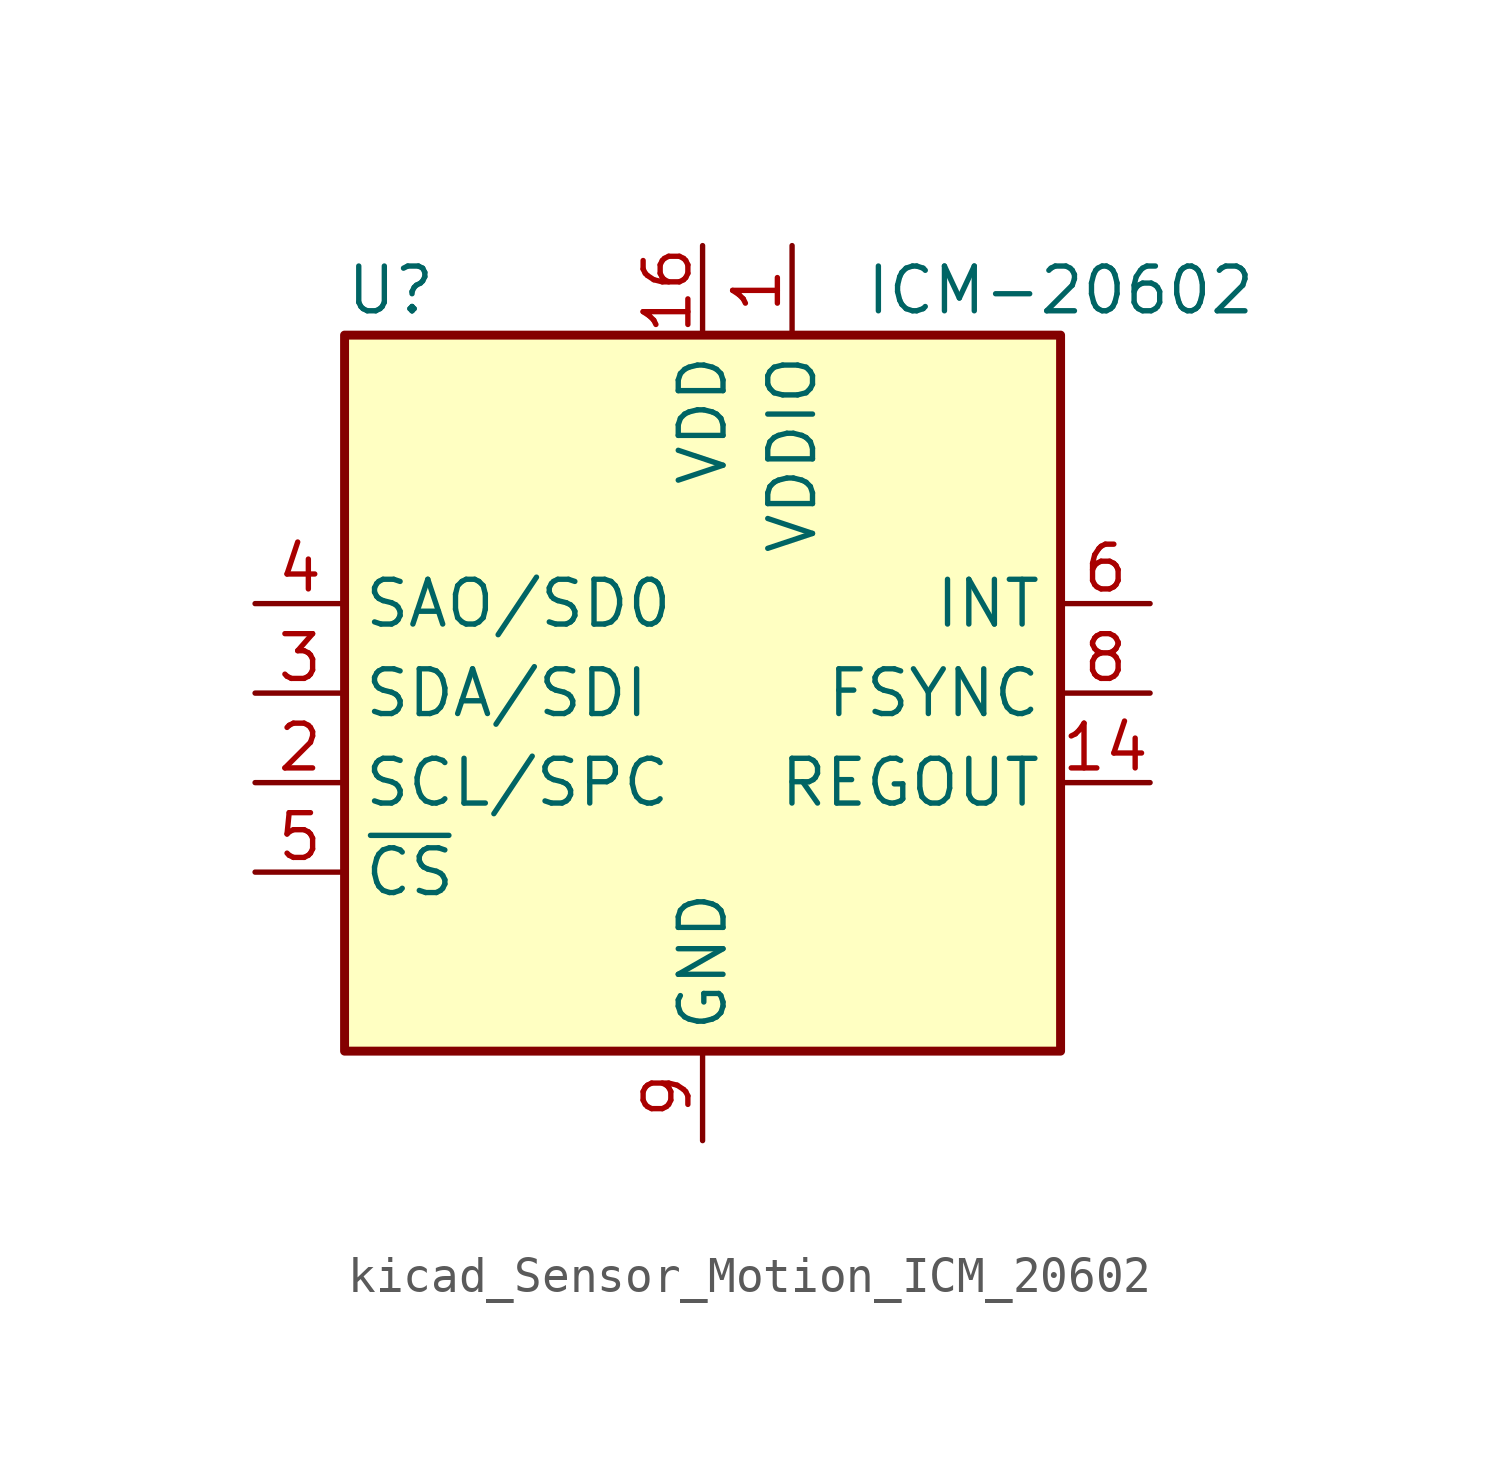
<source format=kicad_sym>
(kicad_symbol_lib
  (version 20220914)
  (generator kicad_symbol_editor)
  (symbol "kicad_Sensor_Motion_ICM_20602"
    (property "Reference" "U"
      (at -10.16 11.43 0)
      (effects (font (size 1.27 1.27)) (justify left)))
    (property "Value" "ICM-20602"
      (at 10.16 11.43 0)
      (effects (font (size 1.27 1.27))))
    (symbol "kicad_Sensor_Motion_ICM_20602_0_1"
      (rectangle (start -10.16 10.16) (end 10.16 -10.16) (stroke (width 0.254) (type default)) (fill (type background))))
    (symbol "kicad_Sensor_Motion_ICM_20602_1_1"
      (pin power_in line (at 2.54 12.7 270) (length 2.54) (name "VDDIO" (effects (font (size 1.27 1.27)))) (number "1" (effects (font (size 1.27 1.27)))))
      (pin passive line (at 0 -12.7 90) (length 2.54) hide (name "GND" (effects (font (size 1.27 1.27)))) (number "10" (effects (font (size 1.27 1.27)))))
      (pin passive line (at 0 -12.7 90) (length 2.54) hide (name "GND" (effects (font (size 1.27 1.27)))) (number "11" (effects (font (size 1.27 1.27)))))
      (pin passive line (at 0 -12.7 90) (length 2.54) hide (name "GND" (effects (font (size 1.27 1.27)))) (number "12" (effects (font (size 1.27 1.27)))))
      (pin passive line (at 0 -12.7 90) (length 2.54) hide (name "GND" (effects (font (size 1.27 1.27)))) (number "13" (effects (font (size 1.27 1.27)))))
      (pin passive line (at 12.7 -2.54 180) (length 2.54) (name "REGOUT" (effects (font (size 1.27 1.27)))) (number "14" (effects (font (size 1.27 1.27)))))
      (pin passive line (at 0 -12.7 90) (length 2.54) hide (name "GND" (effects (font (size 1.27 1.27)))) (number "15" (effects (font (size 1.27 1.27)))))
      (pin power_in line (at 0 12.7 270) (length 2.54) (name "VDD" (effects (font (size 1.27 1.27)))) (number "16" (effects (font (size 1.27 1.27)))))
      (pin input line (at -12.7 -2.54 0) (length 2.54) (name "SCL/SPC" (effects (font (size 1.27 1.27)))) (number "2" (effects (font (size 1.27 1.27)))))
      (pin bidirectional line (at -12.7 0 0) (length 2.54) (name "SDA/SDI" (effects (font (size 1.27 1.27)))) (number "3" (effects (font (size 1.27 1.27)))))
      (pin bidirectional line (at -12.7 2.54 0) (length 2.54) (name "SAO/SD0" (effects (font (size 1.27 1.27)))) (number "4" (effects (font (size 1.27 1.27)))))
      (pin input line (at -12.7 -5.08 0) (length 2.54) (name "~{CS}" (effects (font (size 1.27 1.27)))) (number "5" (effects (font (size 1.27 1.27)))))
      (pin output line (at 12.7 2.54 180) (length 2.54) (name "INT" (effects (font (size 1.27 1.27)))) (number "6" (effects (font (size 1.27 1.27)))))
      (pin no_connect line (at -10.16 5.08 0) (length 2.54) hide (name "RESV" (effects (font (size 1.27 1.27)))) (number "7" (effects (font (size 1.27 1.27)))))
      (pin input line (at 12.7 0 180) (length 2.54) (name "FSYNC" (effects (font (size 1.27 1.27)))) (number "8" (effects (font (size 1.27 1.27)))))
      (pin power_in line (at 0 -12.7 90) (length 2.54) (name "GND" (effects (font (size 1.27 1.27)))) (number "9" (effects (font (size 1.27 1.27))))))))
</source>
